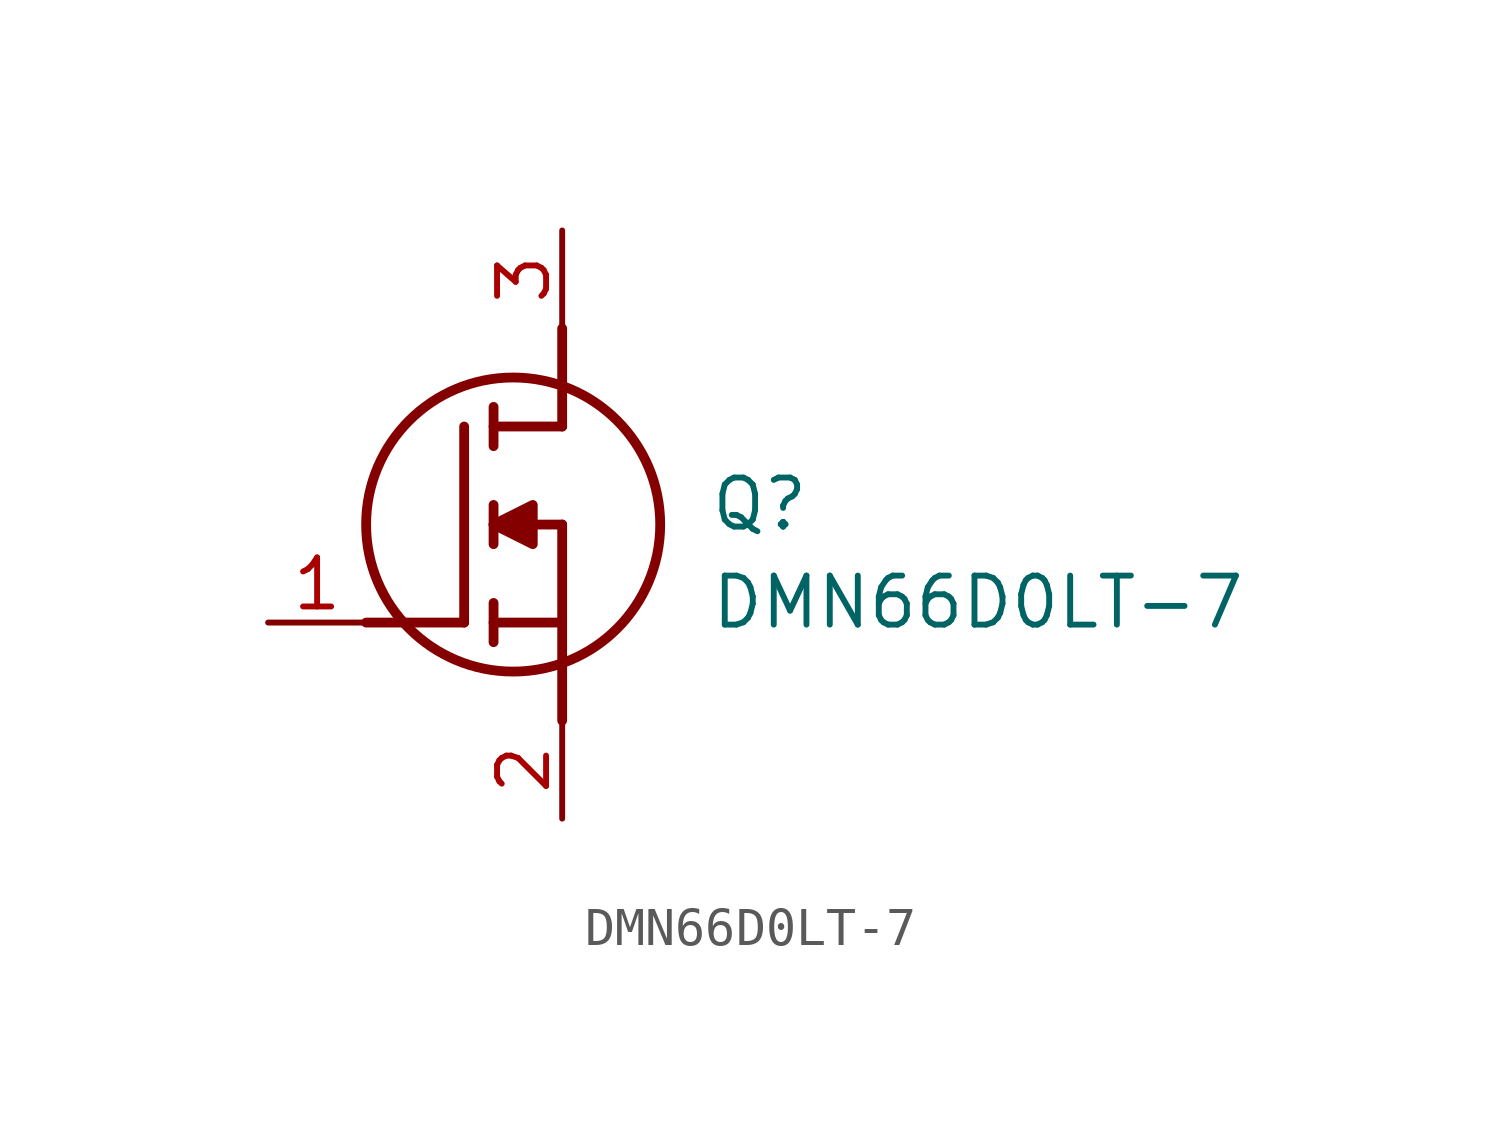
<source format=kicad_sym>
(kicad_symbol_lib
  (version 20211014)
  (generator SamacSys_ECAD_Model)
  (symbol "DMN66D0LT-7"
    (pin_names hide)
    (property "Reference" "Q"
      (at 11.43 3.81 0)
      (effects (font (size 1.27 1.27)) (justify left top)))
    (property "Value" "DMN66D0LT-7"
      (at 11.43 1.27 0)
      (effects (font (size 1.27 1.27)) (justify left top)))
    (polyline
      (pts (xy 7.62 2.54) (xy 7.62 -2.54))
      (stroke (width 0.254) (type default))
      (fill (type none)))
    (polyline
      (pts (xy 7.62 5.08) (xy 7.62 7.62))
      (stroke (width 0.254) (type default))
      (fill (type none)))
    (polyline
      (pts (xy 2.54 0) (xy 5.08 0))
      (stroke (width 0.254) (type default))
      (fill (type none)))
    (polyline
      (pts (xy 5.08 5.08) (xy 5.08 0))
      (stroke (width 0.254) (type default))
      (fill (type none)))
    (polyline
      (pts (xy 7.62 2.54) (xy 5.842 2.54))
      (stroke (width 0.254) (type default))
      (fill (type none)))
    (polyline
      (pts (xy 7.62 5.08) (xy 5.842 5.08))
      (stroke (width 0.254) (type default))
      (fill (type none)))
    (polyline
      (pts (xy 5.842 0) (xy 7.62 0))
      (stroke (width 0.254) (type default))
      (fill (type none)))
    (polyline
      (pts (xy 5.842 5.588) (xy 5.842 4.572))
      (stroke (width 0.254) (type default))
      (fill (type none)))
    (polyline
      (pts (xy 5.842 -0.508) (xy 5.842 0.508))
      (stroke (width 0.254) (type default))
      (fill (type none)))
    (polyline
      (pts (xy 5.842 2.032) (xy 5.842 3.048))
      (stroke (width 0.254) (type default))
      (fill (type none)))
    (circle
      (center 6.35 2.54)
      (radius 3.81)
      (stroke (width 0.254) (type default))
      (fill (type none)))
    (polyline
      (pts (xy 5.842 2.54) (xy 6.858 3.048) (xy 6.858 2.032) (xy 5.842 2.54))
      (stroke (width 0.254) (type default))
      (fill (type outline)))
    (pin passive line
      (at 0 0 0)
      (length 2.54)
      (name "G" (effects (font (size 1.27 1.27))))
      (number "1" (effects (font (size 1.27 1.27)))))
    (pin passive line
      (at 7.62 10.16 270)
      (length 2.54)
      (name "D" (effects (font (size 1.27 1.27))))
      (number "3" (effects (font (size 1.27 1.27)))))
    (pin passive line
      (at 7.62 -5.08 90)
      (length 2.54)
      (name "S" (effects (font (size 1.27 1.27))))
      (number "2" (effects (font (size 1.27 1.27)))))))
</source>
